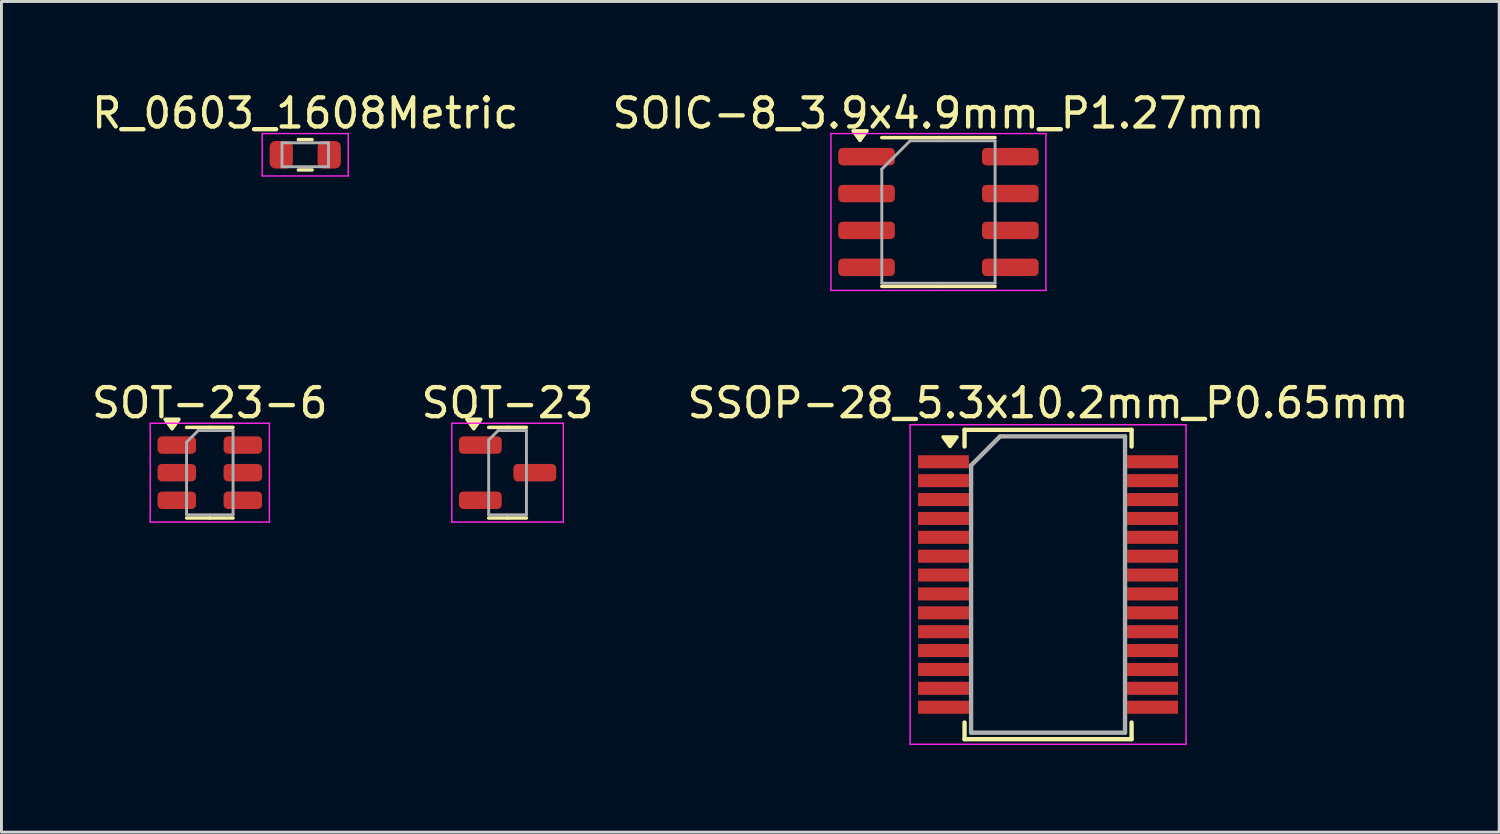
<source format=kicad_pcb>
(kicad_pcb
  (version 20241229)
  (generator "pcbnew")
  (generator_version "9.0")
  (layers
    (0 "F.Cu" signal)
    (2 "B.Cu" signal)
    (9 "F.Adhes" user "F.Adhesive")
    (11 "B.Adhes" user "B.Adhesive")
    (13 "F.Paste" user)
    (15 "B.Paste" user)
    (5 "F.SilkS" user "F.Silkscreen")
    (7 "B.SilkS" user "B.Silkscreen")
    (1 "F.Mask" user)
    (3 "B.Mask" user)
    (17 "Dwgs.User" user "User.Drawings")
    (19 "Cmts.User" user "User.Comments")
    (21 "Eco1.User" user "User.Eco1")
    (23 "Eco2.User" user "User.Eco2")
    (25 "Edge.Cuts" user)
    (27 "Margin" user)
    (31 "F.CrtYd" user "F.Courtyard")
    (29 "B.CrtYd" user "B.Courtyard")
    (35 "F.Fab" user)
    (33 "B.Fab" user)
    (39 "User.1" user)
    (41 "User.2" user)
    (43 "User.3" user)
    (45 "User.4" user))
  (footprint "SSOP-28_5.3x10.2mm_P0.65mm"
    (layer "F.Cu")
    (at 33.03 17.072)
    (property "Reference" "SSOP-28_5.3x10.2mm_P0.65mm" (at 0 -6.25 180) (layer "F.SilkS") (effects (font (size 1 1) (thickness 0.15))))
    (attr smd)
    (fp_line (start -2.875 -5.325) (end -2.875 -4.75) (stroke (width 0.15) (type solid)) (layer "F.SilkS"))
    (fp_line (start -2.875 -5.325) (end 2.875 -5.325) (stroke (width 0.15) (type solid)) (layer "F.SilkS"))
    (fp_line (start -2.875 4.75) (end -2.875 5.325) (stroke (width 0.15) (type solid)) (layer "F.SilkS"))
    (fp_line (start -2.875 5.325) (end 2.875 5.325) (stroke (width 0.15) (type solid)) (layer "F.SilkS"))
    (fp_line (start 2.875 -5.325) (end 2.875 -4.75) (stroke (width 0.15) (type solid)) (layer "F.SilkS"))
    (fp_line (start 2.875 4.75) (end 2.875 5.325) (stroke (width 0.15) (type solid)) (layer "F.SilkS"))
    (fp_poly (pts (xy -3.375 -4.75) (xy -3.615 -5.08) (xy -3.135 -5.08) (xy -3.375 -4.75)) (stroke (width 0.12) (type solid)) (fill yes) (layer "F.SilkS"))
    (fp_line (start -4.75 -5.5) (end -4.75 5.5) (stroke (width 0.05) (type solid)) (layer "F.CrtYd"))
    (fp_line (start -4.75 -5.5) (end 4.75 -5.5) (stroke (width 0.05) (type solid)) (layer "F.CrtYd"))
    (fp_line (start -4.75 5.5) (end 4.75 5.5) (stroke (width 0.05) (type solid)) (layer "F.CrtYd"))
    (fp_line (start 4.75 -5.5) (end 4.75 5.5) (stroke (width 0.05) (type solid)) (layer "F.CrtYd"))
    (fp_line (start -2.65 -4.1) (end -1.65 -5.1) (stroke (width 0.15) (type solid)) (layer "F.Fab"))
    (fp_line (start -2.65 5.1) (end -2.65 -4.1) (stroke (width 0.15) (type solid)) (layer "F.Fab"))
    (fp_line (start -1.65 -5.1) (end 2.65 -5.1) (stroke (width 0.15) (type solid)) (layer "F.Fab"))
    (fp_line (start 2.65 -5.1) (end 2.65 5.1) (stroke (width 0.15) (type solid)) (layer "F.Fab"))
    (fp_line (start 2.65 5.1) (end -2.65 5.1) (stroke (width 0.15) (type solid)) (layer "F.Fab"))
    (pad "1" smd rect (at -3.6 -4.225) (size 1.75 0.45) (layers "F.Cu" "F.Mask" "F.Paste"))
    (pad "2" smd rect (at -3.6 -3.575) (size 1.75 0.45) (layers "F.Cu" "F.Mask" "F.Paste"))
    (pad "3" smd rect (at -3.6 -2.925) (size 1.75 0.45) (layers "F.Cu" "F.Mask" "F.Paste"))
    (pad "4" smd rect (at -3.6 -2.275) (size 1.75 0.45) (layers "F.Cu" "F.Mask" "F.Paste"))
    (pad "5" smd rect (at -3.6 -1.625) (size 1.75 0.45) (layers "F.Cu" "F.Mask" "F.Paste"))
    (pad "6" smd rect (at -3.6 -0.975) (size 1.75 0.45) (layers "F.Cu" "F.Mask" "F.Paste"))
    (pad "7" smd rect (at -3.6 -0.325) (size 1.75 0.45) (layers "F.Cu" "F.Mask" "F.Paste"))
    (pad "8" smd rect (at -3.6 0.325) (size 1.75 0.45) (layers "F.Cu" "F.Mask" "F.Paste"))
    (pad "9" smd rect (at -3.6 0.975) (size 1.75 0.45) (layers "F.Cu" "F.Mask" "F.Paste"))
    (pad "10" smd rect (at -3.6 1.625) (size 1.75 0.45) (layers "F.Cu" "F.Mask" "F.Paste"))
    (pad "11" smd rect (at -3.6 2.275) (size 1.75 0.45) (layers "F.Cu" "F.Mask" "F.Paste"))
    (pad "12" smd rect (at -3.6 2.925) (size 1.75 0.45) (layers "F.Cu" "F.Mask" "F.Paste"))
    (pad "13" smd rect (at -3.6 3.575) (size 1.75 0.45) (layers "F.Cu" "F.Mask" "F.Paste"))
    (pad "14" smd rect (at -3.6 4.225) (size 1.75 0.45) (layers "F.Cu" "F.Mask" "F.Paste"))
    (pad "15" smd rect (at 3.6 4.225) (size 1.75 0.45) (layers "F.Cu" "F.Mask" "F.Paste"))
    (pad "16" smd rect (at 3.6 3.575) (size 1.75 0.45) (layers "F.Cu" "F.Mask" "F.Paste"))
    (pad "17" smd rect (at 3.6 2.925) (size 1.75 0.45) (layers "F.Cu" "F.Mask" "F.Paste"))
    (pad "18" smd rect (at 3.6 2.275) (size 1.75 0.45) (layers "F.Cu" "F.Mask" "F.Paste"))
    (pad "19" smd rect (at 3.6 1.625) (size 1.75 0.45) (layers "F.Cu" "F.Mask" "F.Paste"))
    (pad "20" smd rect (at 3.6 0.975) (size 1.75 0.45) (layers "F.Cu" "F.Mask" "F.Paste"))
    (pad "21" smd rect (at 3.6 0.325) (size 1.75 0.45) (layers "F.Cu" "F.Mask" "F.Paste"))
    (pad "22" smd rect (at 3.6 -0.325) (size 1.75 0.45) (layers "F.Cu" "F.Mask" "F.Paste"))
    (pad "23" smd rect (at 3.6 -0.975) (size 1.75 0.45) (layers "F.Cu" "F.Mask" "F.Paste"))
    (pad "24" smd rect (at 3.6 -1.625) (size 1.75 0.45) (layers "F.Cu" "F.Mask" "F.Paste"))
    (pad "25" smd rect (at 3.6 -2.275) (size 1.75 0.45) (layers "F.Cu" "F.Mask" "F.Paste"))
    (pad "26" smd rect (at 3.6 -2.925) (size 1.75 0.45) (layers "F.Cu" "F.Mask" "F.Paste"))
    (pad "27" smd rect (at 3.6 -3.575) (size 1.75 0.45) (layers "F.Cu" "F.Mask" "F.Paste"))
    (pad "28" smd rect (at 3.6 -4.225) (size 1.75 0.45) (layers "F.Cu" "F.Mask" "F.Paste")))
  (footprint "SOT-23"
    (layer "F.Cu")
    (at 14.423 13.222)
    (property "Reference" "SOT-23" (at 0 -2.4 0) (layer "F.SilkS") (effects (font (size 1 1) (thickness 0.15))))
    (attr smd)
    (fp_line (start 0 -1.56) (end -0.65 -1.56) (stroke (width 0.12) (type solid)) (layer "F.SilkS"))
    (fp_line (start 0 -1.56) (end 0.65 -1.56) (stroke (width 0.12) (type solid)) (layer "F.SilkS"))
    (fp_line (start 0 1.56) (end -0.65 1.56) (stroke (width 0.12) (type solid)) (layer "F.SilkS"))
    (fp_line (start 0 1.56) (end 0.65 1.56) (stroke (width 0.12) (type solid)) (layer "F.SilkS"))
    (fp_poly (pts (xy -1.163 -1.51) (xy -1.403 -1.84) (xy -0.922 -1.84) (xy -1.163 -1.51)) (stroke (width 0.12) (type solid)) (fill yes) (layer "F.SilkS"))
    (fp_line (start -1.92 -1.7) (end -1.92 1.7) (stroke (width 0.05) (type solid)) (layer "F.CrtYd"))
    (fp_line (start -1.92 1.7) (end 1.92 1.7) (stroke (width 0.05) (type solid)) (layer "F.CrtYd"))
    (fp_line (start 1.92 -1.7) (end -1.92 -1.7) (stroke (width 0.05) (type solid)) (layer "F.CrtYd"))
    (fp_line (start 1.92 1.7) (end 1.92 -1.7) (stroke (width 0.05) (type solid)) (layer "F.CrtYd"))
    (fp_line (start -0.65 -1.125) (end -0.325 -1.45) (stroke (width 0.1) (type solid)) (layer "F.Fab"))
    (fp_line (start -0.65 1.45) (end -0.65 -1.125) (stroke (width 0.1) (type solid)) (layer "F.Fab"))
    (fp_line (start -0.325 -1.45) (end 0.65 -1.45) (stroke (width 0.1) (type solid)) (layer "F.Fab"))
    (fp_line (start 0.65 -1.45) (end 0.65 1.45) (stroke (width 0.1) (type solid)) (layer "F.Fab"))
    (fp_line (start 0.65 1.45) (end -0.65 1.45) (stroke (width 0.1) (type solid)) (layer "F.Fab"))
    (pad "1" smd roundrect (at -0.938 -0.95) (size 1.475 0.6) (layers "F.Cu" "F.Mask" "F.Paste") (roundrect_rratio 0.25))
    (pad "2" smd roundrect (at -0.938 0.95) (size 1.475 0.6) (layers "F.Cu" "F.Mask" "F.Paste") (roundrect_rratio 0.25))
    (pad "3" smd roundrect (at 0.938 0) (size 1.475 0.6) (layers "F.Cu" "F.Mask" "F.Paste") (roundrect_rratio 0.25)))
  (footprint "SOT-23-6"
    (layer "F.Cu")
    (at 4.173 13.222)
    (property "Reference" "SOT-23-6" (at 0 -2.4 0) (layer "F.SilkS") (effects (font (size 1 1) (thickness 0.15))))
    (attr smd)
    (fp_line (start 0 -1.56) (end -0.8 -1.56) (stroke (width 0.12) (type solid)) (layer "F.SilkS"))
    (fp_line (start 0 -1.56) (end 0.8 -1.56) (stroke (width 0.12) (type solid)) (layer "F.SilkS"))
    (fp_line (start 0 1.56) (end -0.8 1.56) (stroke (width 0.12) (type solid)) (layer "F.SilkS"))
    (fp_line (start 0 1.56) (end 0.8 1.56) (stroke (width 0.12) (type solid)) (layer "F.SilkS"))
    (fp_poly (pts (xy -1.3 -1.51) (xy -1.54 -1.84) (xy -1.06 -1.84) (xy -1.3 -1.51)) (stroke (width 0.12) (type solid)) (fill yes) (layer "F.SilkS"))
    (fp_line (start -2.05 -1.7) (end -2.05 1.7) (stroke (width 0.05) (type solid)) (layer "F.CrtYd"))
    (fp_line (start -2.05 1.7) (end 2.05 1.7) (stroke (width 0.05) (type solid)) (layer "F.CrtYd"))
    (fp_line (start 2.05 -1.7) (end -2.05 -1.7) (stroke (width 0.05) (type solid)) (layer "F.CrtYd"))
    (fp_line (start 2.05 1.7) (end 2.05 -1.7) (stroke (width 0.05) (type solid)) (layer "F.CrtYd"))
    (fp_line (start -0.8 -1.05) (end -0.4 -1.45) (stroke (width 0.1) (type solid)) (layer "F.Fab"))
    (fp_line (start -0.8 1.45) (end -0.8 -1.05) (stroke (width 0.1) (type solid)) (layer "F.Fab"))
    (fp_line (start -0.4 -1.45) (end 0.8 -1.45) (stroke (width 0.1) (type solid)) (layer "F.Fab"))
    (fp_line (start 0.8 -1.45) (end 0.8 1.45) (stroke (width 0.1) (type solid)) (layer "F.Fab"))
    (fp_line (start 0.8 1.45) (end -0.8 1.45) (stroke (width 0.1) (type solid)) (layer "F.Fab"))
    (pad "1" smd roundrect (at -1.137 -0.95) (size 1.325 0.6) (layers "F.Cu" "F.Mask" "F.Paste") (roundrect_rratio 0.25))
    (pad "2" smd roundrect (at -1.137 0) (size 1.325 0.6) (layers "F.Cu" "F.Mask" "F.Paste") (roundrect_rratio 0.25))
    (pad "3" smd roundrect (at -1.137 0.95) (size 1.325 0.6) (layers "F.Cu" "F.Mask" "F.Paste") (roundrect_rratio 0.25))
    (pad "4" smd roundrect (at 1.137 0.95) (size 1.325 0.6) (layers "F.Cu" "F.Mask" "F.Paste") (roundrect_rratio 0.25))
    (pad "5" smd roundrect (at 1.137 0) (size 1.325 0.6) (layers "F.Cu" "F.Mask" "F.Paste") (roundrect_rratio 0.25))
    (pad "6" smd roundrect (at 1.137 -0.95) (size 1.325 0.6) (layers "F.Cu" "F.Mask" "F.Paste") (roundrect_rratio 0.25)))
  (footprint "R_0603_1608Metric"
    (layer "F.Cu")
    (at 7.458 2.278)
    (property "Reference" "R_0603_1608Metric" (at 0 -1.43 0) (layer "F.SilkS") (effects (font (size 1 1) (thickness 0.15))))
    (attr smd)
    (fp_line (start -0.237 -0.522) (end 0.237 -0.522) (stroke (width 0.12) (type solid)) (layer "F.SilkS"))
    (fp_line (start -0.237 0.522) (end 0.237 0.522) (stroke (width 0.12) (type solid)) (layer "F.SilkS"))
    (fp_line (start -1.48 -0.73) (end 1.48 -0.73) (stroke (width 0.05) (type solid)) (layer "F.CrtYd"))
    (fp_line (start -1.48 0.73) (end -1.48 -0.73) (stroke (width 0.05) (type solid)) (layer "F.CrtYd"))
    (fp_line (start 1.48 -0.73) (end 1.48 0.73) (stroke (width 0.05) (type solid)) (layer "F.CrtYd"))
    (fp_line (start 1.48 0.73) (end -1.48 0.73) (stroke (width 0.05) (type solid)) (layer "F.CrtYd"))
    (fp_line (start -0.8 -0.412) (end 0.8 -0.412) (stroke (width 0.1) (type solid)) (layer "F.Fab"))
    (fp_line (start -0.8 0.412) (end -0.8 -0.412) (stroke (width 0.1) (type solid)) (layer "F.Fab"))
    (fp_line (start 0.8 -0.412) (end 0.8 0.412) (stroke (width 0.1) (type solid)) (layer "F.Fab"))
    (fp_line (start 0.8 0.412) (end -0.8 0.412) (stroke (width 0.1) (type solid)) (layer "F.Fab"))
    (pad "1" smd roundrect (at -0.825 0 180) (size 0.8 0.95) (layers "F.Cu" "F.Mask" "F.Paste") (roundrect_rratio 0.25))
    (pad "2" smd roundrect (at 0.825 0 180) (size 0.8 0.95) (layers "F.Cu" "F.Mask" "F.Paste") (roundrect_rratio 0.25)))
  (footprint "SOIC-8_3.9x4.9mm_P1.27mm"
    (layer "F.Cu")
    (at 29.256 4.248)
    (property "Reference" "SOIC-8_3.9x4.9mm_P1.27mm" (at 0 -3.4 0) (layer "F.SilkS") (effects (font (size 1 1) (thickness 0.15))))
    (attr smd)
    (fp_line (start 0 -2.56) (end -1.95 -2.56) (stroke (width 0.12) (type solid)) (layer "F.SilkS"))
    (fp_line (start 0 -2.56) (end 1.95 -2.56) (stroke (width 0.12) (type solid)) (layer "F.SilkS"))
    (fp_line (start 0 2.56) (end -1.95 2.56) (stroke (width 0.12) (type solid)) (layer "F.SilkS"))
    (fp_line (start 0 2.56) (end 1.95 2.56) (stroke (width 0.12) (type solid)) (layer "F.SilkS"))
    (fp_poly (pts (xy -2.7 -2.465) (xy -2.94 -2.795) (xy -2.46 -2.795) (xy -2.7 -2.465)) (stroke (width 0.12) (type solid)) (fill yes) (layer "F.SilkS"))
    (fp_line (start -3.7 -2.7) (end -3.7 2.7) (stroke (width 0.05) (type solid)) (layer "F.CrtYd"))
    (fp_line (start -3.7 2.7) (end 3.7 2.7) (stroke (width 0.05) (type solid)) (layer "F.CrtYd"))
    (fp_line (start 3.7 -2.7) (end -3.7 -2.7) (stroke (width 0.05) (type solid)) (layer "F.CrtYd"))
    (fp_line (start 3.7 2.7) (end 3.7 -2.7) (stroke (width 0.05) (type solid)) (layer "F.CrtYd"))
    (fp_line (start -1.95 -1.475) (end -0.975 -2.45) (stroke (width 0.1) (type solid)) (layer "F.Fab"))
    (fp_line (start -1.95 2.45) (end -1.95 -1.475) (stroke (width 0.1) (type solid)) (layer "F.Fab"))
    (fp_line (start -0.975 -2.45) (end 1.95 -2.45) (stroke (width 0.1) (type solid)) (layer "F.Fab"))
    (fp_line (start 1.95 -2.45) (end 1.95 2.45) (stroke (width 0.1) (type solid)) (layer "F.Fab"))
    (fp_line (start 1.95 2.45) (end -1.95 2.45) (stroke (width 0.1) (type solid)) (layer "F.Fab"))
    (pad "1" smd roundrect (at -2.475 -1.905) (size 1.95 0.6) (layers "F.Cu" "F.Mask" "F.Paste") (roundrect_rratio 0.25))
    (pad "2" smd roundrect (at -2.475 -0.635) (size 1.95 0.6) (layers "F.Cu" "F.Mask" "F.Paste") (roundrect_rratio 0.25))
    (pad "3" smd roundrect (at -2.475 0.635) (size 1.95 0.6) (layers "F.Cu" "F.Mask" "F.Paste") (roundrect_rratio 0.25))
    (pad "4" smd roundrect (at -2.475 1.905) (size 1.95 0.6) (layers "F.Cu" "F.Mask" "F.Paste") (roundrect_rratio 0.25))
    (pad "5" smd roundrect (at 2.475 1.905) (size 1.95 0.6) (layers "F.Cu" "F.Mask" "F.Paste") (roundrect_rratio 0.25))
    (pad "6" smd roundrect (at 2.475 0.635) (size 1.95 0.6) (layers "F.Cu" "F.Mask" "F.Paste") (roundrect_rratio 0.25))
    (pad "7" smd roundrect (at 2.475 -0.635) (size 1.95 0.6) (layers "F.Cu" "F.Mask" "F.Paste") (roundrect_rratio 0.25))
    (pad "8" smd roundrect (at 2.475 -1.905) (size 1.95 0.6) (layers "F.Cu" "F.Mask" "F.Paste") (roundrect_rratio 0.25)))
  (gr_rect
    (start -3 -3)
    (end 48.56 25.596)
    (stroke (width 0.1) (type default))
    (fill no)
    (layer "Edge.Cuts")))
</source>
